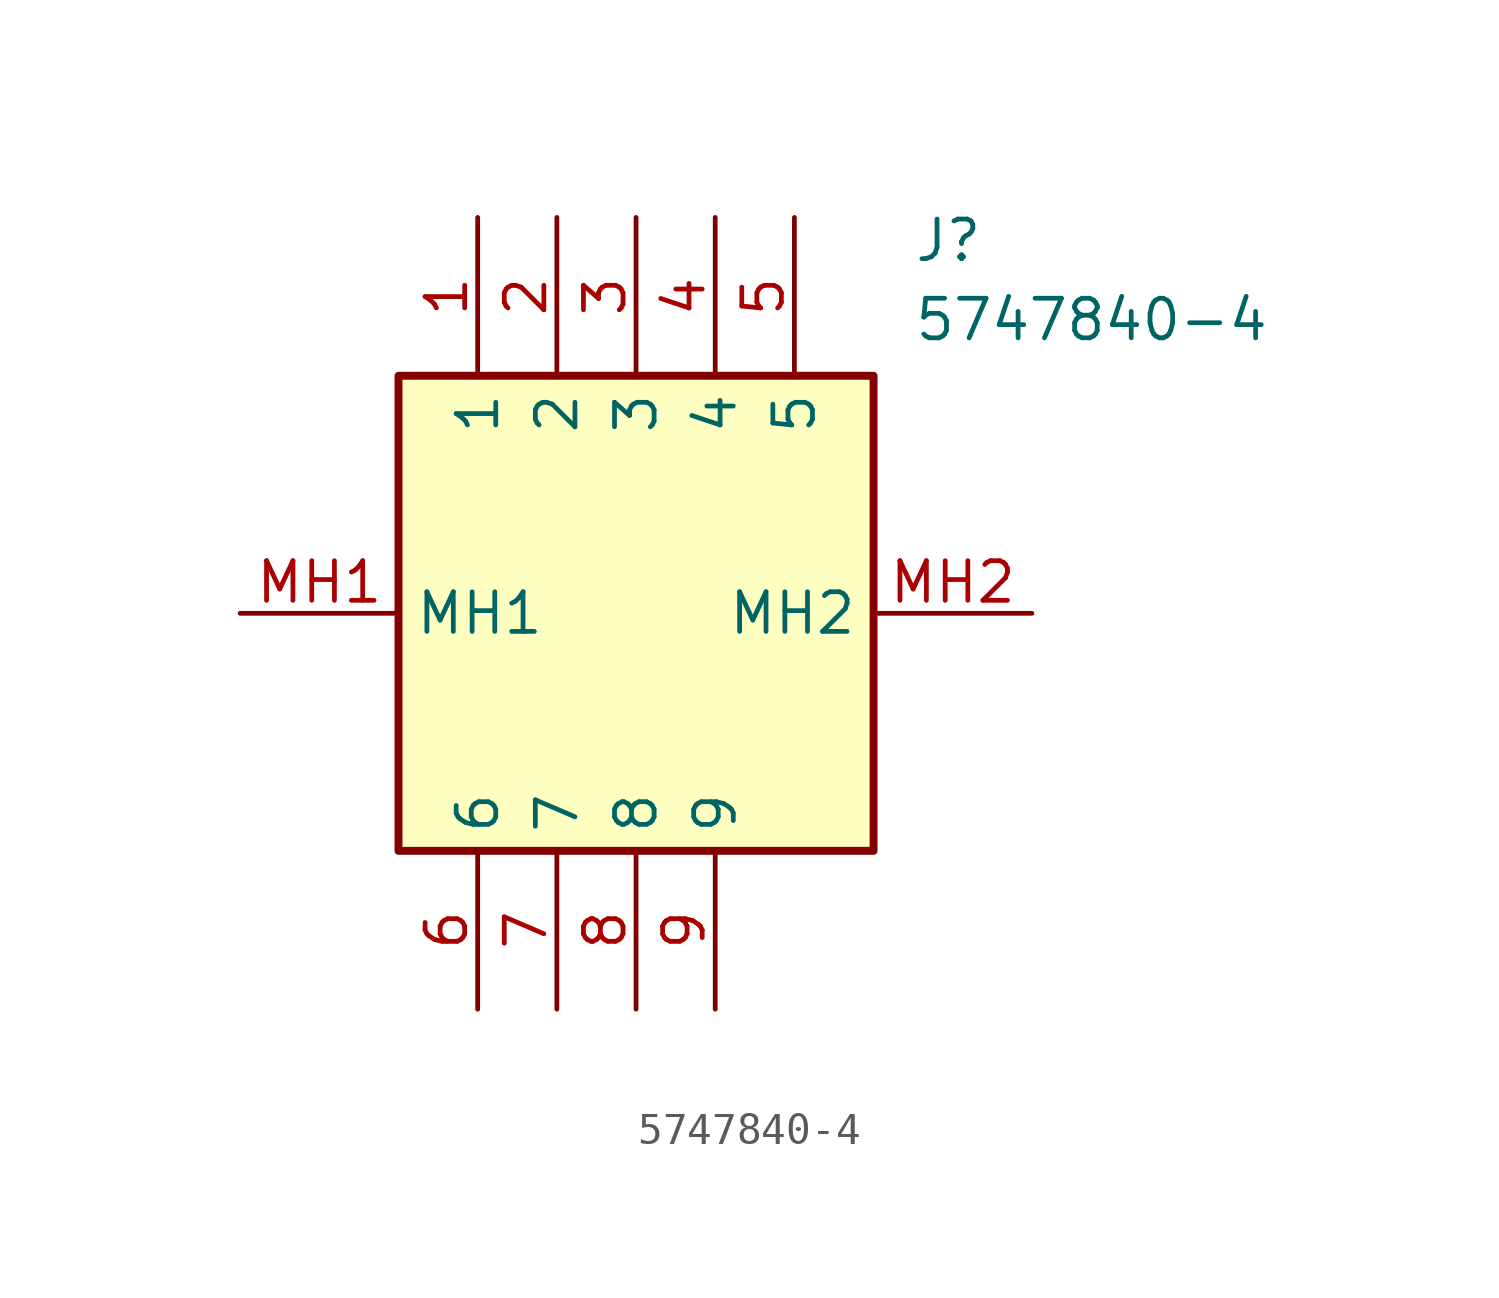
<source format=kicad_sym>
(kicad_symbol_lib
  (version 20211014)
  (generator SamacSys_ECAD_Model)
  (symbol "5747840-4"
    (property "Reference" "J"
      (at 21.59 12.7 0)
      (effects (font (size 1.27 1.27)) (justify left top)))
    (property "Value" "5747840-4"
      (at 21.59 10.16 0)
      (effects (font (size 1.27 1.27)) (justify left top)))
    (rectangle
      (start 5.08 7.62)
      (end 20.32 -7.62)
      (stroke (width 0.254) (type default))
      (fill (type background)))
    (pin passive line
      (at 7.62 12.7 270)
      (length 5.08)
      (name "1" (effects (font (size 1.27 1.27))))
      (number "1" (effects (font (size 1.27 1.27)))))
    (pin passive line
      (at 10.16 12.7 270)
      (length 5.08)
      (name "2" (effects (font (size 1.27 1.27))))
      (number "2" (effects (font (size 1.27 1.27)))))
    (pin passive line
      (at 12.7 12.7 270)
      (length 5.08)
      (name "3" (effects (font (size 1.27 1.27))))
      (number "3" (effects (font (size 1.27 1.27)))))
    (pin passive line
      (at 15.24 12.7 270)
      (length 5.08)
      (name "4" (effects (font (size 1.27 1.27))))
      (number "4" (effects (font (size 1.27 1.27)))))
    (pin passive line
      (at 17.78 12.7 270)
      (length 5.08)
      (name "5" (effects (font (size 1.27 1.27))))
      (number "5" (effects (font (size 1.27 1.27)))))
    (pin passive line
      (at 7.62 -12.7 90)
      (length 5.08)
      (name "6" (effects (font (size 1.27 1.27))))
      (number "6" (effects (font (size 1.27 1.27)))))
    (pin passive line
      (at 10.16 -12.7 90)
      (length 5.08)
      (name "7" (effects (font (size 1.27 1.27))))
      (number "7" (effects (font (size 1.27 1.27)))))
    (pin passive line
      (at 12.7 -12.7 90)
      (length 5.08)
      (name "8" (effects (font (size 1.27 1.27))))
      (number "8" (effects (font (size 1.27 1.27)))))
    (pin passive line
      (at 15.24 -12.7 90)
      (length 5.08)
      (name "9" (effects (font (size 1.27 1.27))))
      (number "9" (effects (font (size 1.27 1.27)))))
    (pin passive line
      (at 0 0 0)
      (length 5.08)
      (name "MH1" (effects (font (size 1.27 1.27))))
      (number "MH1" (effects (font (size 1.27 1.27)))))
    (pin passive line
      (at 25.4 0 180)
      (length 5.08)
      (name "MH2" (effects (font (size 1.27 1.27))))
      (number "MH2" (effects (font (size 1.27 1.27)))))))
</source>
